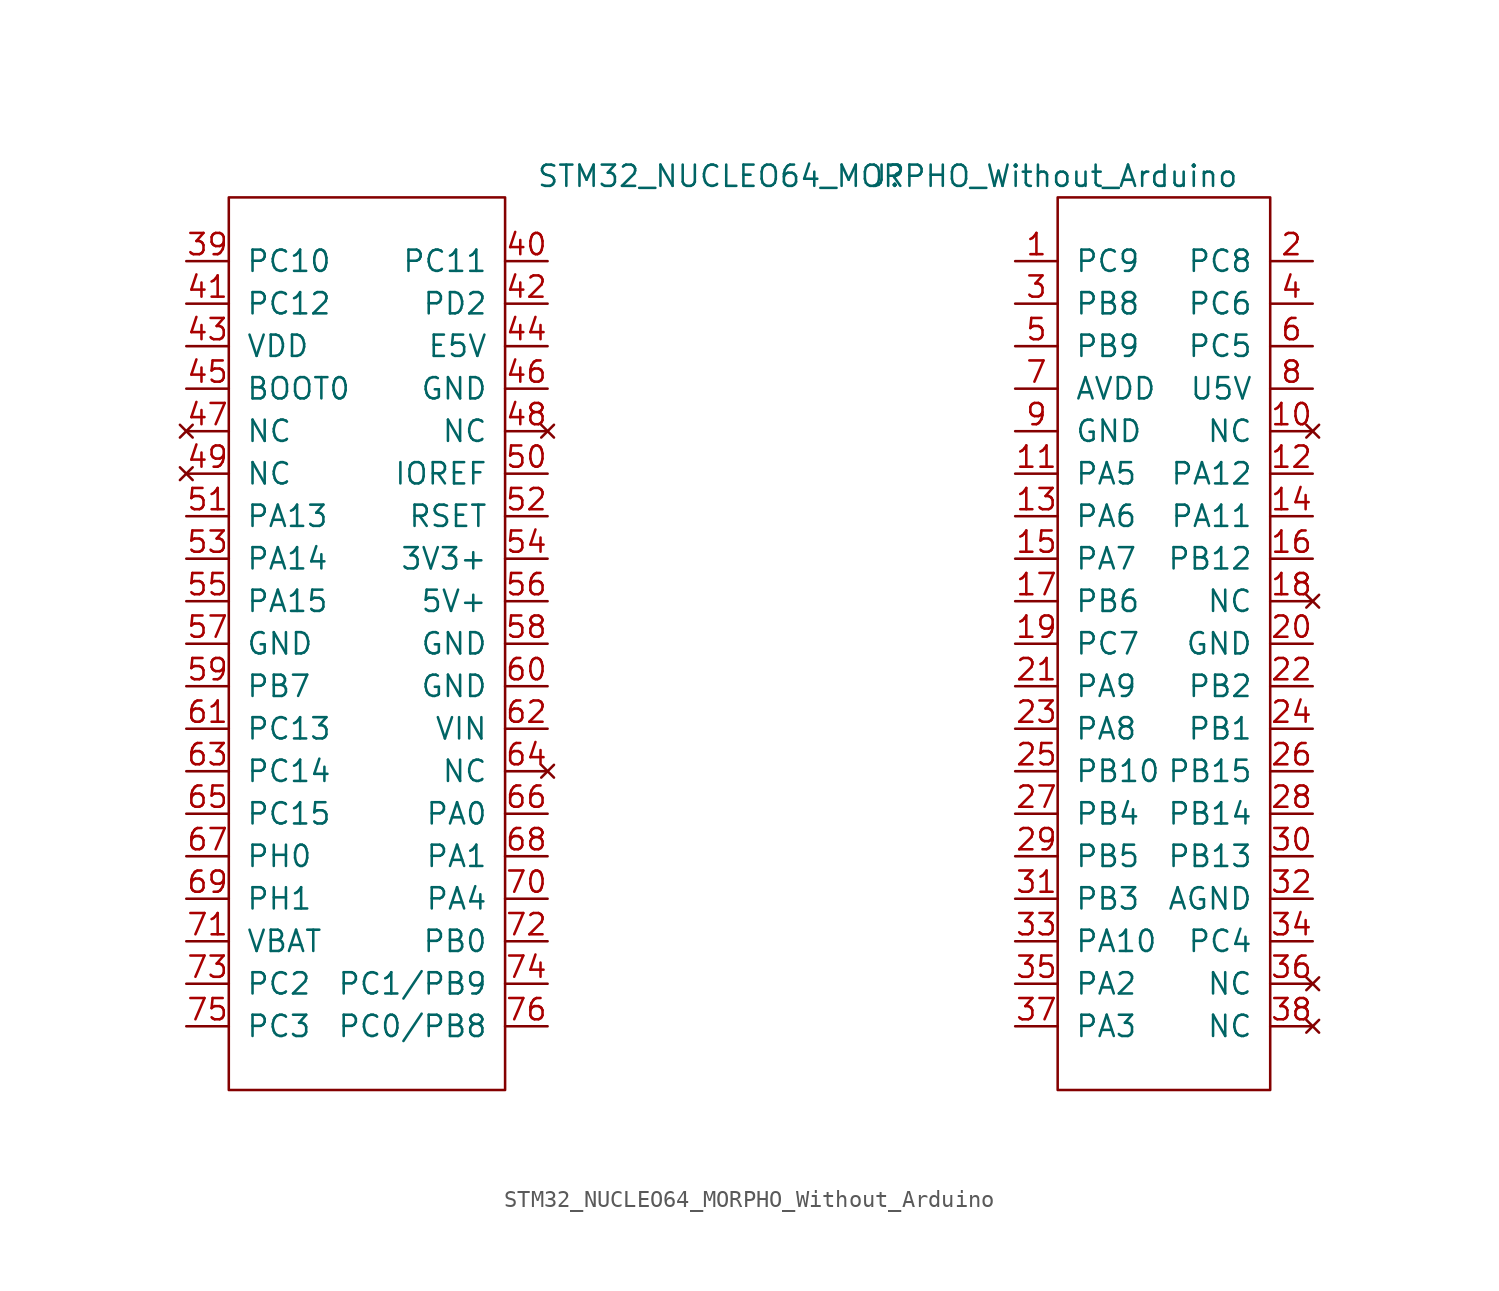
<source format=kicad_sym>
(kicad_symbol_lib
  (version 20211014)
  (generator kicad_symbol_editor)
  (symbol "STM32_NUCLEO64_MORPHO_Without_Arduino"
    (pin_names
      (offset 1.016))
    (property "Reference" "J"
      (at 0 0 0)
      (effects (font (size 1.27 1.27))))
    (property "Value" "STM32_NUCLEO64_MORPHO_Without_Arduino"
      (at 0 0 0)
      (effects (font (size 1.27 1.27))))
    (symbol "STM32_NUCLEO64_MORPHO_Without_Arduino_0_1"
      (rectangle (start -39.37 -1.27) (end -22.86 -54.61) (stroke (width 0) (type default) (color 0 0 0 0)) (fill (type none)))
      (rectangle (start 10.16 -1.27) (end 22.86 -54.61) (stroke (width 0) (type default) (color 0 0 0 0)) (fill (type none))))
    (symbol "STM32_NUCLEO64_MORPHO_Without_Arduino_1_1"
      (pin input line (at 7.62 -5.08 0) (length 2.54) (name "PC9" (effects (font (size 1.27 1.27)))) (number "1" (effects (font (size 1.27 1.27)))))
      (pin no_connect line (at 25.4 -15.24 180) (length 2.54) (name "NC" (effects (font (size 1.27 1.27)))) (number "10" (effects (font (size 1.27 1.27)))))
      (pin input line (at 7.62 -17.78 0) (length 2.54) (name "PA5" (effects (font (size 1.27 1.27)))) (number "11" (effects (font (size 1.27 1.27)))))
      (pin input line (at 25.4 -17.78 180) (length 2.54) (name "PA12" (effects (font (size 1.27 1.27)))) (number "12" (effects (font (size 1.27 1.27)))))
      (pin input line (at 7.62 -20.32 0) (length 2.54) (name "PA6" (effects (font (size 1.27 1.27)))) (number "13" (effects (font (size 1.27 1.27)))))
      (pin input line (at 25.4 -20.32 180) (length 2.54) (name "PA11" (effects (font (size 1.27 1.27)))) (number "14" (effects (font (size 1.27 1.27)))))
      (pin input line (at 7.62 -22.86 0) (length 2.54) (name "PA7" (effects (font (size 1.27 1.27)))) (number "15" (effects (font (size 1.27 1.27)))))
      (pin input line (at 25.4 -22.86 180) (length 2.54) (name "PB12" (effects (font (size 1.27 1.27)))) (number "16" (effects (font (size 1.27 1.27)))))
      (pin input line (at 7.62 -25.4 0) (length 2.54) (name "PB6" (effects (font (size 1.27 1.27)))) (number "17" (effects (font (size 1.27 1.27)))))
      (pin no_connect line (at 25.4 -25.4 180) (length 2.54) (name "NC" (effects (font (size 1.27 1.27)))) (number "18" (effects (font (size 1.27 1.27)))))
      (pin input line (at 7.62 -27.94 0) (length 2.54) (name "PC7" (effects (font (size 1.27 1.27)))) (number "19" (effects (font (size 1.27 1.27)))))
      (pin input line (at 25.4 -5.08 180) (length 2.54) (name "PC8" (effects (font (size 1.27 1.27)))) (number "2" (effects (font (size 1.27 1.27)))))
      (pin input line (at 25.4 -27.94 180) (length 2.54) (name "GND" (effects (font (size 1.27 1.27)))) (number "20" (effects (font (size 1.27 1.27)))))
      (pin input line (at 7.62 -30.48 0) (length 2.54) (name "PA9" (effects (font (size 1.27 1.27)))) (number "21" (effects (font (size 1.27 1.27)))))
      (pin input line (at 25.4 -30.48 180) (length 2.54) (name "PB2" (effects (font (size 1.27 1.27)))) (number "22" (effects (font (size 1.27 1.27)))))
      (pin input line (at 7.62 -33.02 0) (length 2.54) (name "PA8" (effects (font (size 1.27 1.27)))) (number "23" (effects (font (size 1.27 1.27)))))
      (pin input line (at 25.4 -33.02 180) (length 2.54) (name "PB1" (effects (font (size 1.27 1.27)))) (number "24" (effects (font (size 1.27 1.27)))))
      (pin input line (at 7.62 -35.56 0) (length 2.54) (name "PB10" (effects (font (size 1.27 1.27)))) (number "25" (effects (font (size 1.27 1.27)))))
      (pin input line (at 25.4 -35.56 180) (length 2.54) (name "PB15" (effects (font (size 1.27 1.27)))) (number "26" (effects (font (size 1.27 1.27)))))
      (pin input line (at 7.62 -38.1 0) (length 2.54) (name "PB4" (effects (font (size 1.27 1.27)))) (number "27" (effects (font (size 1.27 1.27)))))
      (pin input line (at 25.4 -38.1 180) (length 2.54) (name "PB14" (effects (font (size 1.27 1.27)))) (number "28" (effects (font (size 1.27 1.27)))))
      (pin input line (at 7.62 -40.64 0) (length 2.54) (name "PB5" (effects (font (size 1.27 1.27)))) (number "29" (effects (font (size 1.27 1.27)))))
      (pin input line (at 7.62 -7.62 0) (length 2.54) (name "PB8" (effects (font (size 1.27 1.27)))) (number "3" (effects (font (size 1.27 1.27)))))
      (pin input line (at 25.4 -40.64 180) (length 2.54) (name "PB13" (effects (font (size 1.27 1.27)))) (number "30" (effects (font (size 1.27 1.27)))))
      (pin input line (at 7.62 -43.18 0) (length 2.54) (name "PB3" (effects (font (size 1.27 1.27)))) (number "31" (effects (font (size 1.27 1.27)))))
      (pin input line (at 25.4 -43.18 180) (length 2.54) (name "AGND" (effects (font (size 1.27 1.27)))) (number "32" (effects (font (size 1.27 1.27)))))
      (pin input line (at 7.62 -45.72 0) (length 2.54) (name "PA10" (effects (font (size 1.27 1.27)))) (number "33" (effects (font (size 1.27 1.27)))))
      (pin input line (at 25.4 -45.72 180) (length 2.54) (name "PC4" (effects (font (size 1.27 1.27)))) (number "34" (effects (font (size 1.27 1.27)))))
      (pin input line (at 7.62 -48.26 0) (length 2.54) (name "PA2" (effects (font (size 1.27 1.27)))) (number "35" (effects (font (size 1.27 1.27)))))
      (pin no_connect line (at 25.4 -48.26 180) (length 2.54) (name "NC" (effects (font (size 1.27 1.27)))) (number "36" (effects (font (size 1.27 1.27)))))
      (pin input line (at 7.62 -50.8 0) (length 2.54) (name "PA3" (effects (font (size 1.27 1.27)))) (number "37" (effects (font (size 1.27 1.27)))))
      (pin no_connect line (at 25.4 -50.8 180) (length 2.54) (name "NC" (effects (font (size 1.27 1.27)))) (number "38" (effects (font (size 1.27 1.27)))))
      (pin input line (at -41.91 -5.08 0) (length 2.54) (name "PC10" (effects (font (size 1.27 1.27)))) (number "39" (effects (font (size 1.27 1.27)))))
      (pin input line (at 25.4 -7.62 180) (length 2.54) (name "PC6" (effects (font (size 1.27 1.27)))) (number "4" (effects (font (size 1.27 1.27)))))
      (pin input line (at -20.32 -5.08 180) (length 2.54) (name "PC11" (effects (font (size 1.27 1.27)))) (number "40" (effects (font (size 1.27 1.27)))))
      (pin input line (at -41.91 -7.62 0) (length 2.54) (name "PC12" (effects (font (size 1.27 1.27)))) (number "41" (effects (font (size 1.27 1.27)))))
      (pin input line (at -20.32 -7.62 180) (length 2.54) (name "PD2" (effects (font (size 1.27 1.27)))) (number "42" (effects (font (size 1.27 1.27)))))
      (pin input line (at -41.91 -10.16 0) (length 2.54) (name "VDD" (effects (font (size 1.27 1.27)))) (number "43" (effects (font (size 1.27 1.27)))))
      (pin input line (at -20.32 -10.16 180) (length 2.54) (name "E5V" (effects (font (size 1.27 1.27)))) (number "44" (effects (font (size 1.27 1.27)))))
      (pin input line (at -41.91 -12.7 0) (length 2.54) (name "BOOT0" (effects (font (size 1.27 1.27)))) (number "45" (effects (font (size 1.27 1.27)))))
      (pin input line (at -20.32 -12.7 180) (length 2.54) (name "GND" (effects (font (size 1.27 1.27)))) (number "46" (effects (font (size 1.27 1.27)))))
      (pin no_connect line (at -41.91 -15.24 0) (length 2.54) (name "NC" (effects (font (size 1.27 1.27)))) (number "47" (effects (font (size 1.27 1.27)))))
      (pin no_connect line (at -20.32 -15.24 180) (length 2.54) (name "NC" (effects (font (size 1.27 1.27)))) (number "48" (effects (font (size 1.27 1.27)))))
      (pin no_connect line (at -41.91 -17.78 0) (length 2.54) (name "NC" (effects (font (size 1.27 1.27)))) (number "49" (effects (font (size 1.27 1.27)))))
      (pin input line (at 7.62 -10.16 0) (length 2.54) (name "PB9" (effects (font (size 1.27 1.27)))) (number "5" (effects (font (size 1.27 1.27)))))
      (pin input line (at -20.32 -17.78 180) (length 2.54) (name "IOREF" (effects (font (size 1.27 1.27)))) (number "50" (effects (font (size 1.27 1.27)))))
      (pin input line (at -41.91 -20.32 0) (length 2.54) (name "PA13" (effects (font (size 1.27 1.27)))) (number "51" (effects (font (size 1.27 1.27)))))
      (pin input line (at -20.32 -20.32 180) (length 2.54) (name "RSET" (effects (font (size 1.27 1.27)))) (number "52" (effects (font (size 1.27 1.27)))))
      (pin input line (at -41.91 -22.86 0) (length 2.54) (name "PA14" (effects (font (size 1.27 1.27)))) (number "53" (effects (font (size 1.27 1.27)))))
      (pin input line (at -20.32 -22.86 180) (length 2.54) (name "3V3+" (effects (font (size 1.27 1.27)))) (number "54" (effects (font (size 1.27 1.27)))))
      (pin input line (at -41.91 -25.4 0) (length 2.54) (name "PA15" (effects (font (size 1.27 1.27)))) (number "55" (effects (font (size 1.27 1.27)))))
      (pin input line (at -20.32 -25.4 180) (length 2.54) (name "5V+" (effects (font (size 1.27 1.27)))) (number "56" (effects (font (size 1.27 1.27)))))
      (pin input line (at -41.91 -27.94 0) (length 2.54) (name "GND" (effects (font (size 1.27 1.27)))) (number "57" (effects (font (size 1.27 1.27)))))
      (pin input line (at -20.32 -27.94 180) (length 2.54) (name "GND" (effects (font (size 1.27 1.27)))) (number "58" (effects (font (size 1.27 1.27)))))
      (pin input line (at -41.91 -30.48 0) (length 2.54) (name "PB7" (effects (font (size 1.27 1.27)))) (number "59" (effects (font (size 1.27 1.27)))))
      (pin input line (at 25.4 -10.16 180) (length 2.54) (name "PC5" (effects (font (size 1.27 1.27)))) (number "6" (effects (font (size 1.27 1.27)))))
      (pin input line (at -20.32 -30.48 180) (length 2.54) (name "GND" (effects (font (size 1.27 1.27)))) (number "60" (effects (font (size 1.27 1.27)))))
      (pin input line (at -41.91 -33.02 0) (length 2.54) (name "PC13" (effects (font (size 1.27 1.27)))) (number "61" (effects (font (size 1.27 1.27)))))
      (pin input line (at -20.32 -33.02 180) (length 2.54) (name "VIN" (effects (font (size 1.27 1.27)))) (number "62" (effects (font (size 1.27 1.27)))))
      (pin input line (at -41.91 -35.56 0) (length 2.54) (name "PC14" (effects (font (size 1.27 1.27)))) (number "63" (effects (font (size 1.27 1.27)))))
      (pin no_connect line (at -20.32 -35.56 180) (length 2.54) (name "NC" (effects (font (size 1.27 1.27)))) (number "64" (effects (font (size 1.27 1.27)))))
      (pin input line (at -41.91 -38.1 0) (length 2.54) (name "PC15" (effects (font (size 1.27 1.27)))) (number "65" (effects (font (size 1.27 1.27)))))
      (pin input line (at -20.32 -38.1 180) (length 2.54) (name "PA0" (effects (font (size 1.27 1.27)))) (number "66" (effects (font (size 1.27 1.27)))))
      (pin input line (at -41.91 -40.64 0) (length 2.54) (name "PH0" (effects (font (size 1.27 1.27)))) (number "67" (effects (font (size 1.27 1.27)))))
      (pin input line (at -20.32 -40.64 180) (length 2.54) (name "PA1" (effects (font (size 1.27 1.27)))) (number "68" (effects (font (size 1.27 1.27)))))
      (pin input line (at -41.91 -43.18 0) (length 2.54) (name "PH1" (effects (font (size 1.27 1.27)))) (number "69" (effects (font (size 1.27 1.27)))))
      (pin input line (at 7.62 -12.7 0) (length 2.54) (name "AVDD" (effects (font (size 1.27 1.27)))) (number "7" (effects (font (size 1.27 1.27)))))
      (pin input line (at -20.32 -43.18 180) (length 2.54) (name "PA4" (effects (font (size 1.27 1.27)))) (number "70" (effects (font (size 1.27 1.27)))))
      (pin input line (at -41.91 -45.72 0) (length 2.54) (name "VBAT" (effects (font (size 1.27 1.27)))) (number "71" (effects (font (size 1.27 1.27)))))
      (pin input line (at -20.32 -45.72 180) (length 2.54) (name "PB0" (effects (font (size 1.27 1.27)))) (number "72" (effects (font (size 1.27 1.27)))))
      (pin input line (at -41.91 -48.26 0) (length 2.54) (name "PC2" (effects (font (size 1.27 1.27)))) (number "73" (effects (font (size 1.27 1.27)))))
      (pin input line (at -20.32 -48.26 180) (length 2.54) (name "PC1/PB9" (effects (font (size 1.27 1.27)))) (number "74" (effects (font (size 1.27 1.27)))))
      (pin input line (at -41.91 -50.8 0) (length 2.54) (name "PC3" (effects (font (size 1.27 1.27)))) (number "75" (effects (font (size 1.27 1.27)))))
      (pin input line (at -20.32 -50.8 180) (length 2.54) (name "PC0/PB8" (effects (font (size 1.27 1.27)))) (number "76" (effects (font (size 1.27 1.27)))))
      (pin input line (at 25.4 -12.7 180) (length 2.54) (name "U5V" (effects (font (size 1.27 1.27)))) (number "8" (effects (font (size 1.27 1.27)))))
      (pin input line (at 7.62 -15.24 0) (length 2.54) (name "GND" (effects (font (size 1.27 1.27)))) (number "9" (effects (font (size 1.27 1.27))))))))
</source>
